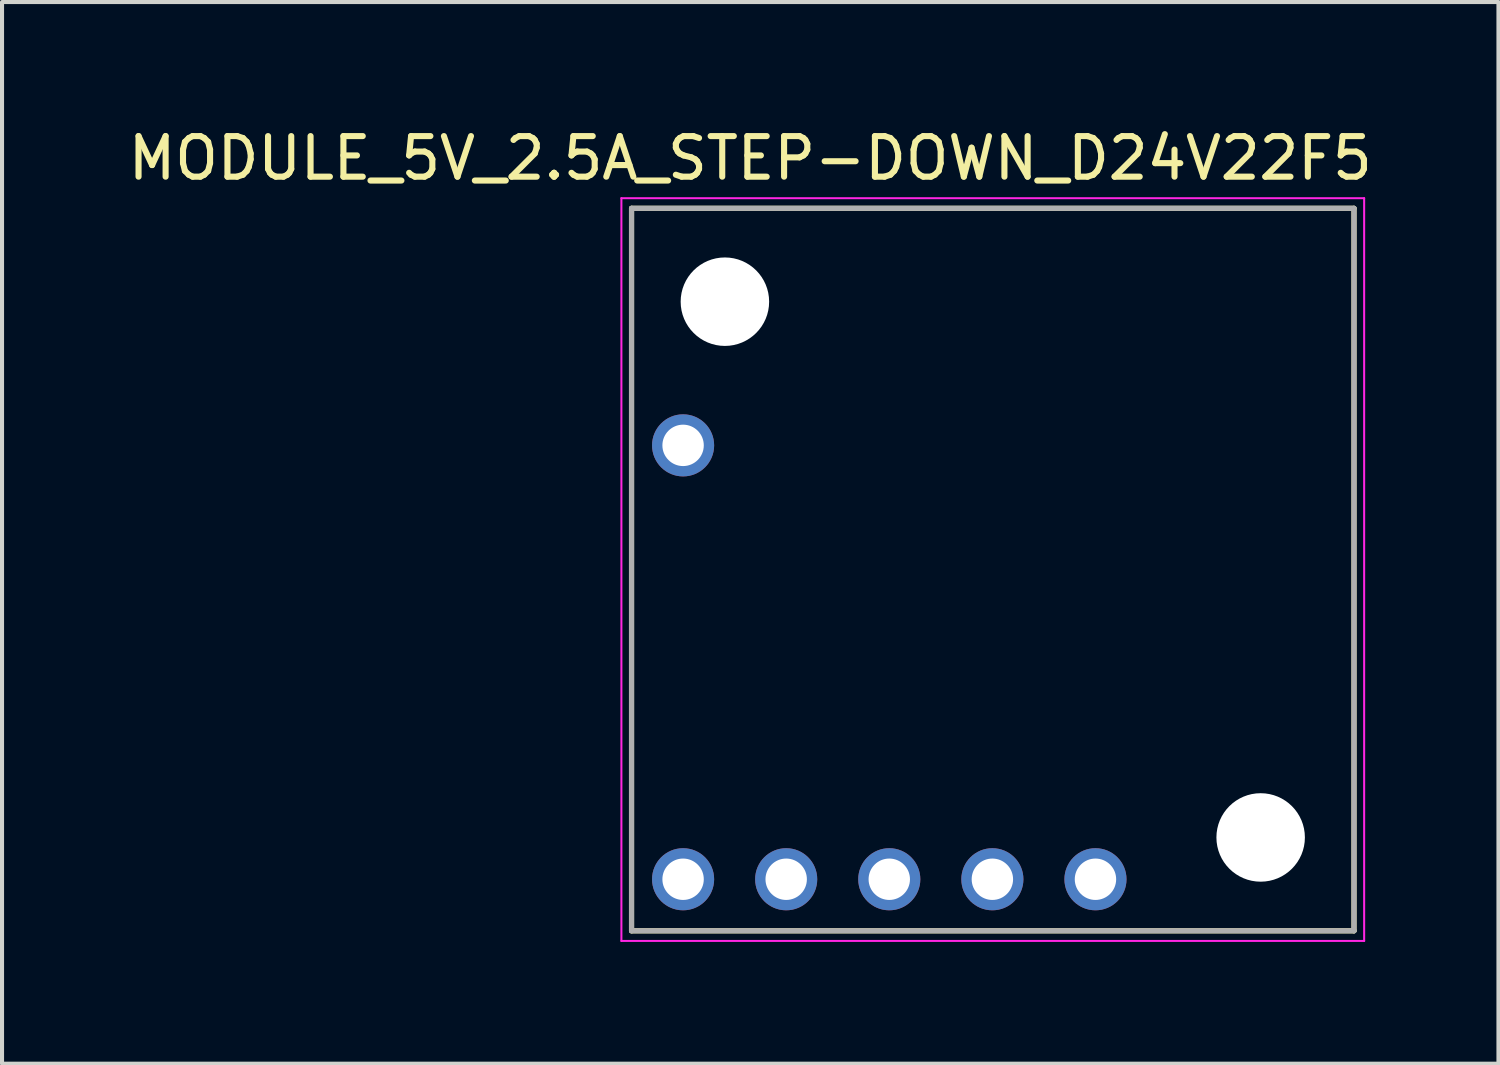
<source format=kicad_pcb>
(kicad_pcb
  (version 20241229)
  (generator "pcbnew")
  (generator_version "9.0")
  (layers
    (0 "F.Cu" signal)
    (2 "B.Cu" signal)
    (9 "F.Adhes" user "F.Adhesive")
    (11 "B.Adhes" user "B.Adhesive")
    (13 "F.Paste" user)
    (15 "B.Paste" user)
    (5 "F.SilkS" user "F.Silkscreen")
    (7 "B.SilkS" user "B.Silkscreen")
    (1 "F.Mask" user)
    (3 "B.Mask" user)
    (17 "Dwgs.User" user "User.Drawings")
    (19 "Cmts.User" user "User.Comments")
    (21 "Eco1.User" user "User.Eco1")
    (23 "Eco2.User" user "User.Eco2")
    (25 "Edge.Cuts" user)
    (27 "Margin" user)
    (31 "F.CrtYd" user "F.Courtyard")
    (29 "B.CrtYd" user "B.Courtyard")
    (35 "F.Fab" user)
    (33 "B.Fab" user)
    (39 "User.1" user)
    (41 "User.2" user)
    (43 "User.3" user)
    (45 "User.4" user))
  (footprint "MODULE_5V_2.5A_STEP-DOWN_D24V22F5"
    (layer "F.Cu")
    (at 21.41 10.983)
    (property "Reference" "MODULE_5V_2.5A_STEP-DOWN_D24V22F5" (at -5.975 -10.135 0) (layer "F.SilkS") (effects (font (size 1 1) (thickness 0.15))))
    (attr through_hole)
    (fp_line (start -8.9 -8.9) (end 8.9 -8.9) (stroke (width 0.127) (type solid)) (layer "F.SilkS"))
    (fp_line (start -8.9 8.9) (end -8.9 -8.9) (stroke (width 0.127) (type solid)) (layer "F.SilkS"))
    (fp_line (start 8.9 -8.9) (end 8.9 8.9) (stroke (width 0.127) (type solid)) (layer "F.SilkS"))
    (fp_line (start 8.9 8.9) (end -8.9 8.9) (stroke (width 0.127) (type solid)) (layer "F.SilkS"))
    (fp_line (start -9.15 -9.15) (end -9.15 9.15) (stroke (width 0.05) (type solid)) (layer "F.CrtYd"))
    (fp_line (start -9.15 9.15) (end 9.15 9.15) (stroke (width 0.05) (type solid)) (layer "F.CrtYd"))
    (fp_line (start 9.15 -9.15) (end -9.15 -9.15) (stroke (width 0.05) (type solid)) (layer "F.CrtYd"))
    (fp_line (start 9.15 9.15) (end 9.15 -9.15) (stroke (width 0.05) (type solid)) (layer "F.CrtYd"))
    (fp_line (start -8.9 -8.9) (end 8.9 -8.9) (stroke (width 0.127) (type solid)) (layer "F.Fab"))
    (fp_line (start -8.9 8.9) (end -8.9 -8.9) (stroke (width 0.127) (type solid)) (layer "F.Fab"))
    (fp_line (start 8.9 -8.9) (end 8.9 8.9) (stroke (width 0.127) (type solid)) (layer "F.Fab"))
    (fp_line (start 8.9 8.9) (end -8.9 8.9) (stroke (width 0.127) (type solid)) (layer "F.Fab"))
    (pad "" np_thru_hole circle (at -6.6 -6.6) (size 2.18 2.18) (drill 2.18) (layers "*.Cu" "*.Mask"))
    (pad "" np_thru_hole circle (at 6.6 6.6) (size 2.18 2.18) (drill 2.18) (layers "*.Cu" "*.Mask"))
    (pad "EN" thru_hole circle (at -5.09 7.63) (size 1.53 1.53) (drill 1.02) (layers "*.Cu" "*.Mask"))
    (pad "GND_1" thru_hole circle (at -0.01 7.63) (size 1.53 1.53) (drill 1.02) (layers "*.Cu" "*.Mask"))
    (pad "GND_2" thru_hole circle (at -7.63 -3.06) (size 1.53 1.53) (drill 1.02) (layers "*.Cu" "*.Mask"))
    (pad "PG" thru_hole circle (at -7.63 7.63) (size 1.53 1.53) (drill 1.02) (layers "*.Cu" "*.Mask"))
    (pad "VIN" thru_hole circle (at -2.55 7.63) (size 1.53 1.53) (drill 1.02) (layers "*.Cu" "*.Mask"))
    (pad "VOUT" thru_hole circle (at 2.53 7.63) (size 1.53 1.53) (drill 1.02) (layers "*.Cu" "*.Mask")))
  (gr_rect
    (start -3 -3)
    (end 33.869 23.158)
    (stroke (width 0.1) (type default))
    (fill no)
    (layer "Edge.Cuts")))
</source>
